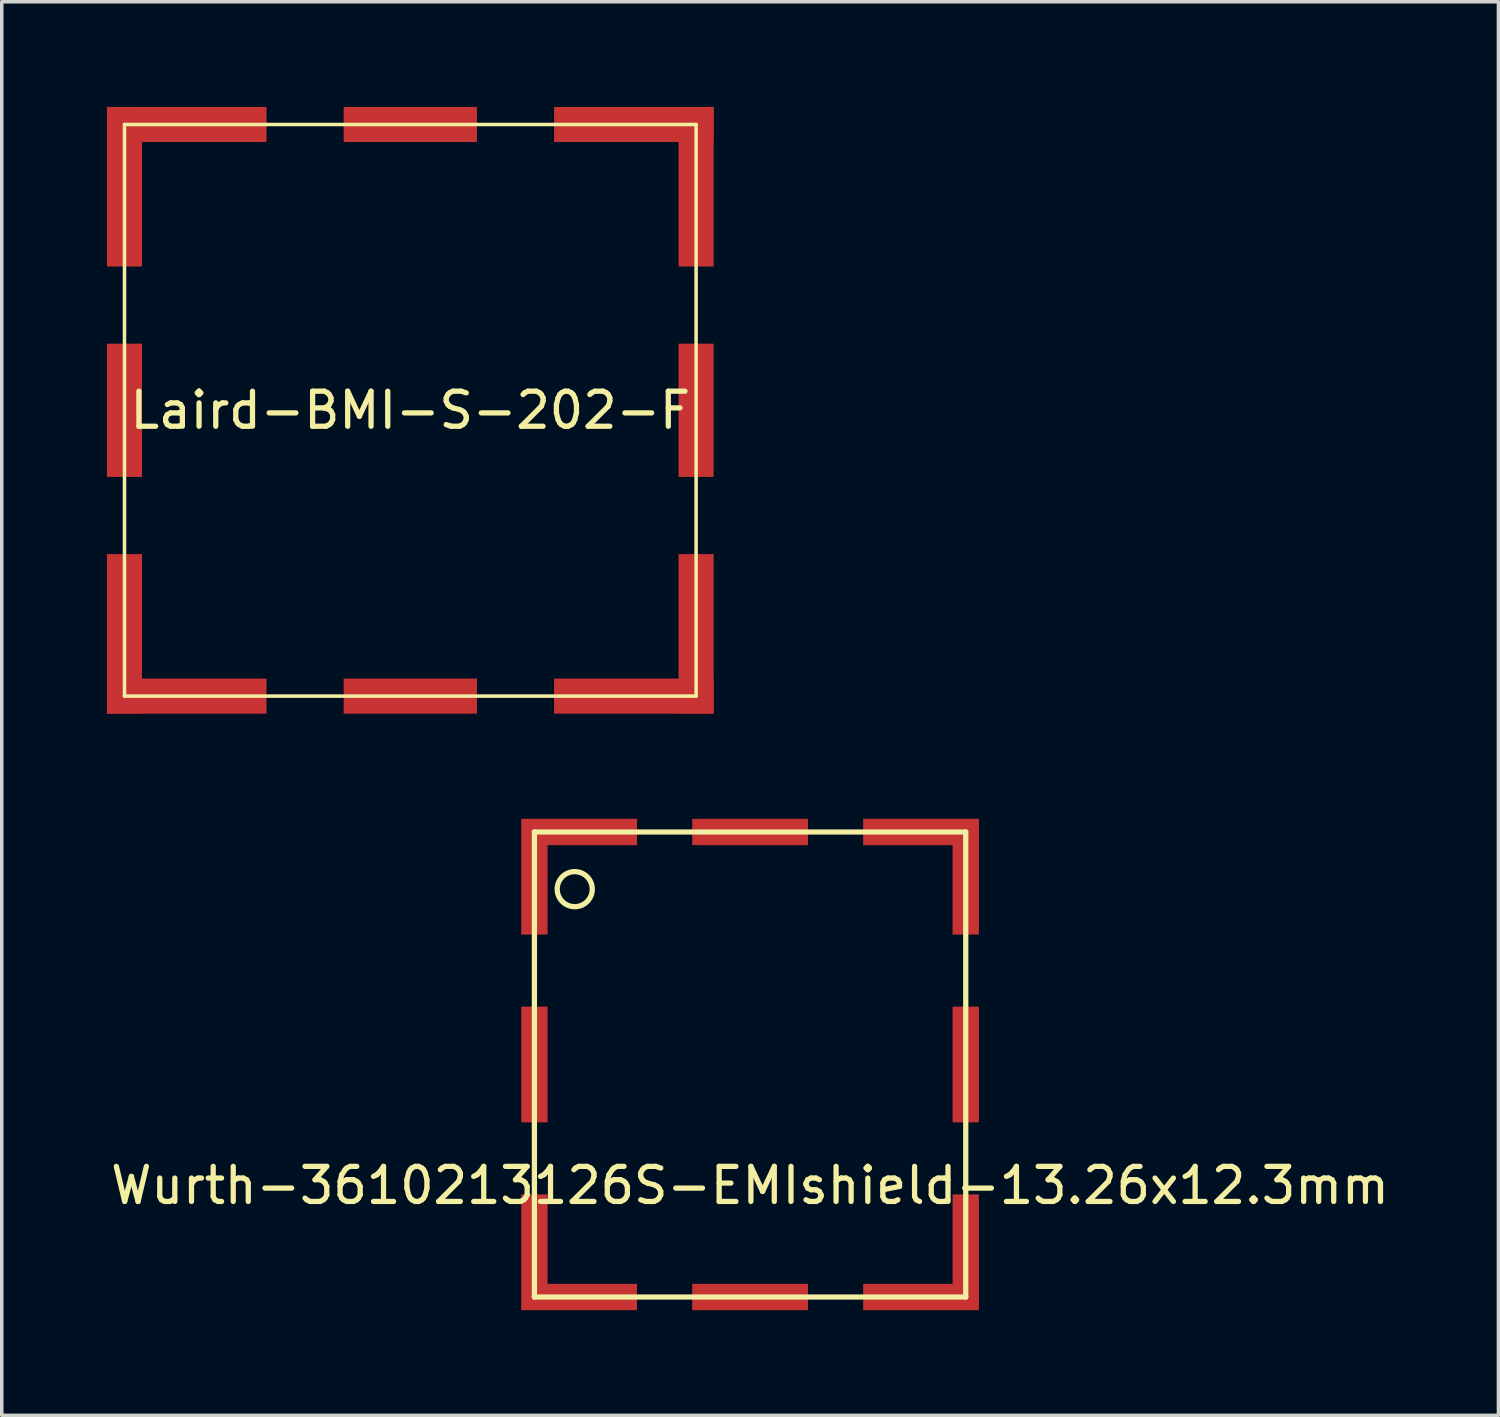
<source format=kicad_pcb>
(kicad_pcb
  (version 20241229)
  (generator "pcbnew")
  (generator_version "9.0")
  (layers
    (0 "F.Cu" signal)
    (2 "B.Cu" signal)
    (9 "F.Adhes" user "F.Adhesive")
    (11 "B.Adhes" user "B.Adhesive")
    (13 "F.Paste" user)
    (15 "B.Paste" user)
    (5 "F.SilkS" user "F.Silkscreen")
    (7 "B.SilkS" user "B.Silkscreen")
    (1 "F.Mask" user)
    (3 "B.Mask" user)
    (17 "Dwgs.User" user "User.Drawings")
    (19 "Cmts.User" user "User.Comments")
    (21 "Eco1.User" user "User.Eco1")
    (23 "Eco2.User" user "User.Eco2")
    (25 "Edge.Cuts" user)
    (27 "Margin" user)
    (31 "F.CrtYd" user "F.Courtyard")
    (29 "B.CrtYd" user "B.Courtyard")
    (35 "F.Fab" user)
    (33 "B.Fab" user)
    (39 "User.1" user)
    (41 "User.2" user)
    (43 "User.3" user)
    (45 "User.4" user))
  (footprint "Wurth-3610213126S-EMIshield-13.26x12.3mm"
    (layer "F.Cu")
    (at 18.339 27.305)
    (property "Reference" "Wurth-3610213126S-EMIshield-13.26x12.3mm" (at 0 3.45 0) (layer "F.SilkS") (effects (font (size 1 1) (thickness 0.15))))
    (attr through_hole)
    (fp_line (start -6.15 -6.63) (end -6.15 6.63) (stroke (width 0.15) (type solid)) (layer "F.SilkS"))
    (fp_line (start -6.15 -6.63) (end 6.15 -6.63) (stroke (width 0.15) (type solid)) (layer "F.SilkS"))
    (fp_line (start -6.15 6.63) (end 6.15 6.63) (stroke (width 0.15) (type solid)) (layer "F.SilkS"))
    (fp_line (start 6.15 -6.63) (end 6.15 6.63) (stroke (width 0.15) (type solid)) (layer "F.SilkS"))
    (fp_circle (center -5 -5) (end -4.5 -5) (stroke (width 0.15) (type solid)) (fill no) (layer "F.SilkS"))
    (pad "1" smd rect (at -6.15 0) (size 0.75 3.3) (layers "F.Cu" "F.Mask" "F.Paste"))
    (pad "1" smd custom (at -6.15 5.355) (size 0.75 3.3) (layers "F.Cu" "F.Mask" "F.Paste") (options (anchor rect)) (primitives (gr_poly (pts (xy -0.375 0.9) (xy 2.925 0.9) (xy 2.925 1.65) (xy -0.375 1.65)) (width 0) (fill yes))))
    (pad "1" smd custom (at -4.875 -6.63 270) (size 0.75 3.3) (layers "F.Cu" "F.Mask" "F.Paste") (options (anchor rect)) (primitives (gr_poly (pts (xy -0.375 0.9) (xy 2.925 0.9) (xy 2.925 1.65) (xy -0.375 1.65)) (width 0) (fill yes))))
    (pad "1" smd rect (at 0 -6.63 90) (size 0.75 3.3) (layers "F.Cu" "F.Mask" "F.Paste"))
    (pad "1" smd rect (at 0 6.63 90) (size 0.75 3.3) (layers "F.Cu" "F.Mask" "F.Paste"))
    (pad "1" smd custom (at 4.875 6.63 90) (size 0.75 3.3) (layers "F.Cu" "F.Mask" "F.Paste") (options (anchor rect)) (primitives (gr_poly (pts (xy -0.375 0.9) (xy 2.925 0.9) (xy 2.925 1.65) (xy -0.375 1.65)) (width 0) (fill yes))))
    (pad "1" smd custom (at 6.15 -5.355 180) (size 0.75 3.3) (layers "F.Cu" "F.Mask" "F.Paste") (options (anchor rect)) (primitives (gr_poly (pts (xy -0.375 0.9) (xy 2.925 0.9) (xy 2.925 1.65) (xy -0.375 1.65)) (width 0) (fill yes))))
    (pad "1" smd rect (at 6.15 0) (size 0.75 3.3) (layers "F.Cu" "F.Mask" "F.Paste")))
  (footprint "Laird-BMI-S-202-F"
    (layer "F.Cu")
    (at 8.65 8.65)
    (property "Reference" "Laird-BMI-S-202-F" (at 0 0 0) (layer "F.SilkS") (effects (font (size 1 1) (thickness 0.15))))
    (attr through_hole)
    (fp_line (start -8.15 -8.15) (end -8.15 8.15) (stroke (width 0.1) (type solid)) (layer "F.SilkS"))
    (fp_line (start -8.15 -8.15) (end 8.15 -8.15) (stroke (width 0.1) (type solid)) (layer "F.SilkS"))
    (fp_line (start -8.15 8.15) (end 8.15 8.15) (stroke (width 0.1) (type solid)) (layer "F.SilkS"))
    (fp_line (start 8.15 -8.15) (end 8.15 8.15) (stroke (width 0.1) (type solid)) (layer "F.SilkS"))
    (pad "1" smd custom (at -8.15 -6.375 90) (size 4.55 1) (layers "F.Cu" "F.Mask" "F.Paste") (options (anchor rect)) (primitives))
    (pad "1" smd rect (at -8.15 0 90) (size 3.8 1) (layers "F.Cu" "F.Mask" "F.Paste"))
    (pad "1" smd custom (at -8.15 6.375 90) (size 4.55 1) (layers "F.Cu" "F.Mask" "F.Paste") (options (anchor rect)) (primitives))
    (pad "1" smd custom (at -6.375 -8.15 180) (size 4.55 1) (layers "F.Cu" "F.Mask" "F.Paste") (options (anchor rect)) (primitives))
    (pad "1" smd custom (at -6.375 8.15 180) (size 4.55 1) (layers "F.Cu" "F.Mask" "F.Paste") (options (anchor rect)) (primitives))
    (pad "1" smd rect (at 0 -8.15) (size 3.8 1) (layers "F.Cu" "F.Mask" "F.Paste"))
    (pad "1" smd rect (at 0 8.15) (size 3.8 1) (layers "F.Cu" "F.Mask" "F.Paste"))
    (pad "1" smd custom (at 6.375 -8.15 180) (size 4.55 1) (layers "F.Cu" "F.Mask" "F.Paste") (options (anchor rect)) (primitives))
    (pad "1" smd custom (at 6.375 8.15 180) (size 4.55 1) (layers "F.Cu" "F.Mask" "F.Paste") (options (anchor rect)) (primitives))
    (pad "1" smd custom (at 8.15 -6.375 90) (size 4.55 1) (layers "F.Cu" "F.Mask" "F.Paste") (options (anchor rect)) (primitives))
    (pad "1" smd rect (at 8.15 0 90) (size 3.8 1) (layers "F.Cu" "F.Mask" "F.Paste"))
    (pad "1" smd custom (at 8.15 6.375 90) (size 4.55 1) (layers "F.Cu" "F.Mask" "F.Paste") (options (anchor rect)) (primitives)))
  (gr_rect
    (start -3 -3)
    (end 39.679 37.31)
    (stroke (width 0.1) (type default))
    (fill no)
    (layer "Edge.Cuts")))
</source>
